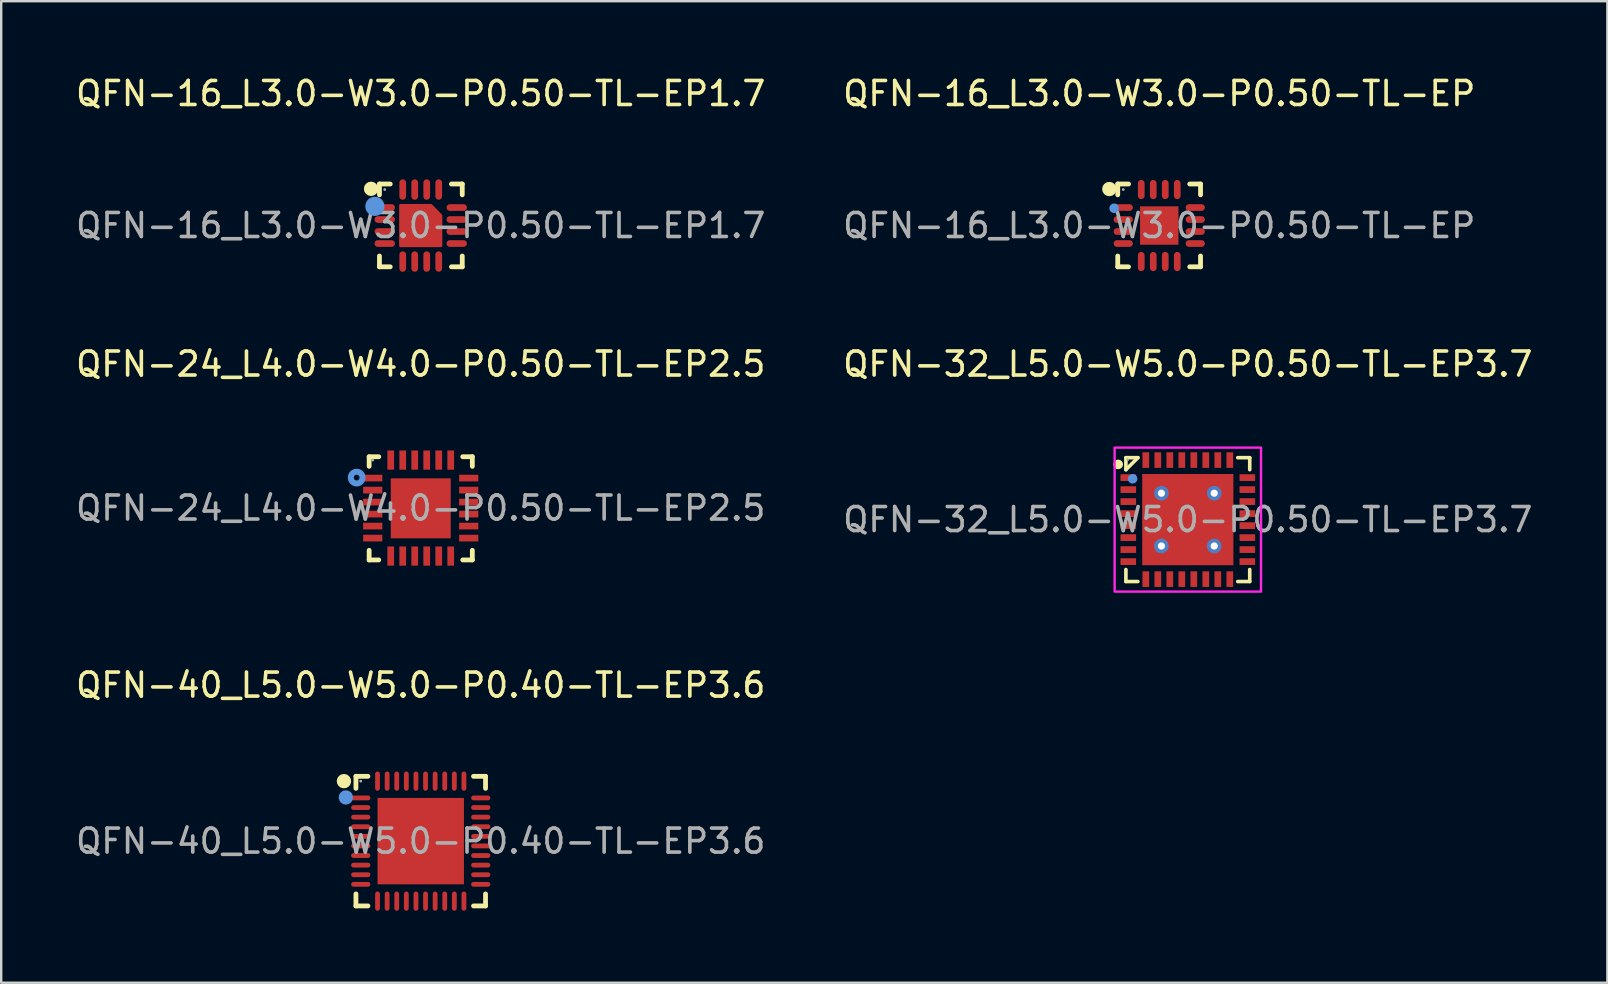
<source format=kicad_pcb>
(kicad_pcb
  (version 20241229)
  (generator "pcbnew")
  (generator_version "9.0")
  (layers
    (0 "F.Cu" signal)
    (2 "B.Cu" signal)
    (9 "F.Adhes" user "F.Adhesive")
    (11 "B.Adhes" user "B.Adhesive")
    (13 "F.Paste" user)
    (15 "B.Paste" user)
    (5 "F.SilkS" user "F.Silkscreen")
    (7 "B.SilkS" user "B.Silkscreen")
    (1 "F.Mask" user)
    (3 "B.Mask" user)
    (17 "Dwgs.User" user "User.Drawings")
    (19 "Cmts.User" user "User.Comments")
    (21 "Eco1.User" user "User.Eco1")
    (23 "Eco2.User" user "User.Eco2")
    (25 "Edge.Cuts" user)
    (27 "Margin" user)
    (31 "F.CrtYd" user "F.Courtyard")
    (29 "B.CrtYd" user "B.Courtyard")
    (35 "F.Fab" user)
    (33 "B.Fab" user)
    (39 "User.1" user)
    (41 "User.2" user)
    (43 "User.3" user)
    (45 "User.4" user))
  (footprint "QFN-16_L3.0-W3.0-P0.50-TL-EP"
    (layer "F.Cu")
    (at 45.256 6.348)
    (property "Reference" "QFN-16_L3.0-W3.0-P0.50-TL-EP" (at 0 -5.5 0) (layer "F.SilkS") (effects (font (size 1 1) (thickness 0.15))))
    (attr smd)
    (fp_line (start -1.73 -1.73) (end -1.28 -1.73) (stroke (width 0.2) (type solid)) (layer "F.SilkS"))
    (fp_line (start -1.73 -1.28) (end -1.73 -1.73) (stroke (width 0.2) (type solid)) (layer "F.SilkS"))
    (fp_line (start -1.73 1.72) (end -1.73 1.27) (stroke (width 0.2) (type solid)) (layer "F.SilkS"))
    (fp_line (start -1.28 1.72) (end -1.73 1.72) (stroke (width 0.2) (type solid)) (layer "F.SilkS"))
    (fp_line (start 1.27 -1.73) (end 1.72 -1.73) (stroke (width 0.2) (type solid)) (layer "F.SilkS"))
    (fp_line (start 1.27 1.72) (end 1.72 1.72) (stroke (width 0.2) (type solid)) (layer "F.SilkS"))
    (fp_line (start 1.72 -1.73) (end 1.72 -1.28) (stroke (width 0.2) (type solid)) (layer "F.SilkS"))
    (fp_line (start 1.72 1.72) (end 1.72 1.27) (stroke (width 0.2) (type solid)) (layer "F.SilkS"))
    (fp_arc (start -2.08 -1.52) (mid -2.08 -1.52) (end -2.08 -1.52) (stroke (width 0.3) (type solid)) (layer "F.SilkS"))
    (fp_circle (center -1.88 -0.72) (end -1.78 -0.72) (stroke (width 0.2) (type solid)) (fill no) (layer "Cmts.User"))
    (fp_circle (center -1.5 -1.5) (end -1.47 -1.5) (stroke (width 0.06) (type solid)) (fill no) (layer "F.Fab"))
    (fp_text user "${REFERENCE}" (at 0 0 0) (layer "F.Fab") (effects (font (size 1 1) (thickness 0.15))))
    (pad "1" smd oval (at -1.5 -0.75 90) (size 0.28 0.8) (layers "F.Cu" "F.Mask" "F.Paste"))
    (pad "2" smd oval (at -1.5 -0.25 90) (size 0.28 0.8) (layers "F.Cu" "F.Mask" "F.Paste"))
    (pad "3" smd oval (at -1.5 0.25 90) (size 0.28 0.8) (layers "F.Cu" "F.Mask" "F.Paste"))
    (pad "4" smd oval (at -1.5 0.75 90) (size 0.28 0.8) (layers "F.Cu" "F.Mask" "F.Paste"))
    (pad "5" smd oval (at -0.75 1.5) (size 0.28 0.8) (layers "F.Cu" "F.Mask" "F.Paste"))
    (pad "6" smd oval (at -0.25 1.5) (size 0.28 0.8) (layers "F.Cu" "F.Mask" "F.Paste"))
    (pad "7" smd oval (at 0.25 1.5) (size 0.28 0.8) (layers "F.Cu" "F.Mask" "F.Paste"))
    (pad "8" smd oval (at 0.75 1.5) (size 0.28 0.8) (layers "F.Cu" "F.Mask" "F.Paste"))
    (pad "9" smd oval (at 1.5 0.75 90) (size 0.28 0.8) (layers "F.Cu" "F.Mask" "F.Paste"))
    (pad "10" smd oval (at 1.5 0.25 90) (size 0.28 0.8) (layers "F.Cu" "F.Mask" "F.Paste"))
    (pad "11" smd oval (at 1.5 -0.25 90) (size 0.28 0.8) (layers "F.Cu" "F.Mask" "F.Paste"))
    (pad "12" smd oval (at 1.5 -0.75 90) (size 0.28 0.8) (layers "F.Cu" "F.Mask" "F.Paste"))
    (pad "13" smd oval (at 0.75 -1.5) (size 0.28 0.8) (layers "F.Cu" "F.Mask" "F.Paste"))
    (pad "14" smd oval (at 0.25 -1.5) (size 0.28 0.8) (layers "F.Cu" "F.Mask" "F.Paste"))
    (pad "15" smd oval (at -0.25 -1.5) (size 0.28 0.8) (layers "F.Cu" "F.Mask" "F.Paste"))
    (pad "16" smd oval (at -0.75 -1.5) (size 0.28 0.8) (layers "F.Cu" "F.Mask" "F.Paste"))
    (pad "17" smd rect (at 0 0) (size 1.6 1.6) (layers "F.Cu" "F.Mask" "F.Paste")))
  (footprint "QFN-40_L5.0-W5.0-P0.40-TL-EP3.6"
    (layer "F.Cu")
    (at 14.482 32)
    (property "Reference" "QFN-40_L5.0-W5.0-P0.40-TL-EP3.6" (at 0 -6.5 0) (layer "F.SilkS") (effects (font (size 1 1) (thickness 0.15))))
    (attr smd)
    (fp_line (start -2.7 -2.7) (end -2.2 -2.7) (stroke (width 0.2) (type solid)) (layer "F.SilkS"))
    (fp_line (start -2.7 -2.2) (end -2.7 -2.7) (stroke (width 0.2) (type solid)) (layer "F.SilkS"))
    (fp_line (start -2.7 2.7) (end -2.7 2.2) (stroke (width 0.2) (type solid)) (layer "F.SilkS"))
    (fp_line (start -2.2 2.7) (end -2.7 2.7) (stroke (width 0.2) (type solid)) (layer "F.SilkS"))
    (fp_line (start 2.2 2.7) (end 2.7 2.7) (stroke (width 0.2) (type solid)) (layer "F.SilkS"))
    (fp_line (start 2.7 -2.7) (end 2.2 -2.7) (stroke (width 0.2) (type solid)) (layer "F.SilkS"))
    (fp_line (start 2.7 -2.2) (end 2.7 -2.7) (stroke (width 0.2) (type solid)) (layer "F.SilkS"))
    (fp_line (start 2.7 2.7) (end 2.7 2.2) (stroke (width 0.2) (type solid)) (layer "F.SilkS"))
    (fp_arc (start -3.05 -2.49) (mid -3.35025 -2.504995) (end -3.049667 -2.500016) (stroke (width 0.3) (type solid)) (layer "F.SilkS"))
    (fp_circle (center -3.12 -1.82) (end -2.97 -1.82) (stroke (width 0.3) (type solid)) (fill no) (layer "Cmts.User"))
    (fp_circle (center -2.5 -2.5) (end -2.47 -2.5) (stroke (width 0.06) (type solid)) (fill no) (layer "F.Fab"))
    (fp_text user "${REFERENCE}" (at 0 0 0) (layer "F.Fab") (effects (font (size 1 1) (thickness 0.15))))
    (pad "1" smd oval (at -2.5 -1.8) (size 0.8 0.2) (layers "F.Cu" "F.Mask" "F.Paste"))
    (pad "2" smd oval (at -2.5 -1.4) (size 0.8 0.2) (layers "F.Cu" "F.Mask" "F.Paste"))
    (pad "3" smd oval (at -2.5 -1) (size 0.8 0.2) (layers "F.Cu" "F.Mask" "F.Paste"))
    (pad "4" smd oval (at -2.5 -0.6) (size 0.8 0.2) (layers "F.Cu" "F.Mask" "F.Paste"))
    (pad "5" smd oval (at -2.5 -0.2) (size 0.8 0.2) (layers "F.Cu" "F.Mask" "F.Paste"))
    (pad "6" smd oval (at -2.5 0.2) (size 0.8 0.2) (layers "F.Cu" "F.Mask" "F.Paste"))
    (pad "7" smd oval (at -2.5 0.6) (size 0.8 0.2) (layers "F.Cu" "F.Mask" "F.Paste"))
    (pad "8" smd oval (at -2.5 1) (size 0.8 0.2) (layers "F.Cu" "F.Mask" "F.Paste"))
    (pad "9" smd oval (at -2.5 1.4) (size 0.8 0.2) (layers "F.Cu" "F.Mask" "F.Paste"))
    (pad "10" smd oval (at -2.5 1.8) (size 0.8 0.2) (layers "F.Cu" "F.Mask" "F.Paste"))
    (pad "11" smd oval (at -1.8 2.5) (size 0.2 0.8) (layers "F.Cu" "F.Mask" "F.Paste"))
    (pad "12" smd oval (at -1.4 2.5) (size 0.2 0.8) (layers "F.Cu" "F.Mask" "F.Paste"))
    (pad "13" smd oval (at -1 2.5) (size 0.2 0.8) (layers "F.Cu" "F.Mask" "F.Paste"))
    (pad "14" smd oval (at -0.6 2.5) (size 0.2 0.8) (layers "F.Cu" "F.Mask" "F.Paste"))
    (pad "15" smd oval (at -0.2 2.5) (size 0.2 0.8) (layers "F.Cu" "F.Mask" "F.Paste"))
    (pad "16" smd oval (at 0.2 2.5) (size 0.2 0.8) (layers "F.Cu" "F.Mask" "F.Paste"))
    (pad "17" smd oval (at 0.6 2.5) (size 0.2 0.8) (layers "F.Cu" "F.Mask" "F.Paste"))
    (pad "18" smd oval (at 1 2.5) (size 0.2 0.8) (layers "F.Cu" "F.Mask" "F.Paste"))
    (pad "19" smd oval (at 1.4 2.5) (size 0.2 0.8) (layers "F.Cu" "F.Mask" "F.Paste"))
    (pad "20" smd oval (at 1.8 2.5) (size 0.2 0.8) (layers "F.Cu" "F.Mask" "F.Paste"))
    (pad "21" smd oval (at 2.5 1.8) (size 0.8 0.2) (layers "F.Cu" "F.Mask" "F.Paste"))
    (pad "22" smd oval (at 2.5 1.4) (size 0.8 0.2) (layers "F.Cu" "F.Mask" "F.Paste"))
    (pad "23" smd oval (at 2.5 1) (size 0.8 0.2) (layers "F.Cu" "F.Mask" "F.Paste"))
    (pad "24" smd oval (at 2.5 0.6) (size 0.8 0.2) (layers "F.Cu" "F.Mask" "F.Paste"))
    (pad "25" smd oval (at 2.5 0.2) (size 0.8 0.2) (layers "F.Cu" "F.Mask" "F.Paste"))
    (pad "26" smd oval (at 2.5 -0.2) (size 0.8 0.2) (layers "F.Cu" "F.Mask" "F.Paste"))
    (pad "27" smd oval (at 2.5 -0.6) (size 0.8 0.2) (layers "F.Cu" "F.Mask" "F.Paste"))
    (pad "28" smd oval (at 2.5 -1) (size 0.8 0.2) (layers "F.Cu" "F.Mask" "F.Paste"))
    (pad "29" smd oval (at 2.5 -1.4) (size 0.8 0.2) (layers "F.Cu" "F.Mask" "F.Paste"))
    (pad "30" smd oval (at 2.5 -1.8) (size 0.8 0.2) (layers "F.Cu" "F.Mask" "F.Paste"))
    (pad "31" smd oval (at 1.8 -2.5) (size 0.2 0.8) (layers "F.Cu" "F.Mask" "F.Paste"))
    (pad "32" smd oval (at 1.4 -2.5) (size 0.2 0.8) (layers "F.Cu" "F.Mask" "F.Paste"))
    (pad "33" smd oval (at 1 -2.5) (size 0.2 0.8) (layers "F.Cu" "F.Mask" "F.Paste"))
    (pad "34" smd oval (at 0.6 -2.5) (size 0.2 0.8) (layers "F.Cu" "F.Mask" "F.Paste"))
    (pad "35" smd oval (at 0.2 -2.5) (size 0.2 0.8) (layers "F.Cu" "F.Mask" "F.Paste"))
    (pad "36" smd oval (at -0.2 -2.5) (size 0.2 0.8) (layers "F.Cu" "F.Mask" "F.Paste"))
    (pad "37" smd oval (at -0.6 -2.5) (size 0.2 0.8) (layers "F.Cu" "F.Mask" "F.Paste"))
    (pad "38" smd oval (at -1 -2.5) (size 0.2 0.8) (layers "F.Cu" "F.Mask" "F.Paste"))
    (pad "39" smd oval (at -1.4 -2.5) (size 0.2 0.8) (layers "F.Cu" "F.Mask" "F.Paste"))
    (pad "40" smd oval (at -1.8 -2.5) (size 0.2 0.8) (layers "F.Cu" "F.Mask" "F.Paste"))
    (pad "41" smd rect (at 0 0) (size 3.6 3.6) (layers "F.Cu" "F.Mask" "F.Paste")))
  (footprint "QFN-32_L5.0-W5.0-P0.50-TL-EP3.7"
    (layer "F.Cu")
    (at 46.446 18.602)
    (property "Reference" "QFN-32_L5.0-W5.0-P0.50-TL-EP3.7" (at 0 -6.48 0) (layer "F.SilkS") (effects (font (size 1 1) (thickness 0.15))))
    (attr smd)
    (fp_line (start -2.58 -2.58) (end -2.58 -2.08) (stroke (width 0.15) (type solid)) (layer "F.SilkS"))
    (fp_line (start -2.58 2.58) (end -2.58 2.08) (stroke (width 0.15) (type solid)) (layer "F.SilkS"))
    (fp_line (start -2.08 -2.58) (end -2.58 -2.58) (stroke (width 0.15) (type solid)) (layer "F.SilkS"))
    (fp_line (start -2.08 -2.58) (end -2.58 -2.08) (stroke (width 0.15) (type solid)) (layer "F.SilkS"))
    (fp_line (start -2.08 2.58) (end -2.58 2.58) (stroke (width 0.15) (type solid)) (layer "F.SilkS"))
    (fp_line (start 2.08 -2.58) (end 2.58 -2.58) (stroke (width 0.15) (type solid)) (layer "F.SilkS"))
    (fp_line (start 2.08 2.58) (end 2.58 2.58) (stroke (width 0.15) (type solid)) (layer "F.SilkS"))
    (fp_line (start 2.58 -2.58) (end 2.58 -2.08) (stroke (width 0.15) (type solid)) (layer "F.SilkS"))
    (fp_line (start 2.58 2.58) (end 2.58 2.08) (stroke (width 0.15) (type solid)) (layer "F.SilkS"))
    (fp_circle (center -2.9 -2.3) (end -2.8 -2.3) (stroke (width 0.2) (type solid)) (fill no) (layer "F.SilkS"))
    (fp_circle (center -2.3 -1.7) (end -2.2 -1.7) (stroke (width 0.2) (type solid)) (fill no) (layer "Cmts.User"))
    (fp_rect (start -3.05 -3) (end 3.05 3) (stroke (width 0.1) (type default)) (fill no) (layer "F.CrtYd"))
    (fp_circle (center -2.5 -2.5) (end -2.47 -2.5) (stroke (width 0.06) (type solid)) (fill no) (layer "F.Fab"))
    (fp_text user "${REFERENCE}" (at 0 0 0) (layer "F.Fab") (effects (font (size 1 1) (thickness 0.15))))
    (pad "" thru_hole circle (at -1.1 -1.1) (size 0.61 0.61) (drill 0.3) (layers "*.Cu" "*.Paste" "*.Mask"))
    (pad "" thru_hole circle (at -1.1 1.1) (size 0.61 0.61) (drill 0.3) (layers "*.Cu" "*.Paste" "*.Mask"))
    (pad "" thru_hole circle (at 1.1 -1.1) (size 0.61 0.61) (drill 0.3) (layers "*.Cu" "*.Paste" "*.Mask"))
    (pad "" thru_hole circle (at 1.1 1.1) (size 0.61 0.61) (drill 0.3) (layers "*.Cu" "*.Paste" "*.Mask"))
    (pad "1" smd rect (at -2.48 -1.75) (size 0.65 0.28) (layers "F.Cu" "F.Mask" "F.Paste"))
    (pad "2" smd rect (at -2.48 -1.25) (size 0.65 0.28) (layers "F.Cu" "F.Mask" "F.Paste"))
    (pad "3" smd rect (at -2.48 -0.75) (size 0.65 0.28) (layers "F.Cu" "F.Mask" "F.Paste"))
    (pad "4" smd rect (at -2.48 -0.25) (size 0.65 0.28) (layers "F.Cu" "F.Mask" "F.Paste"))
    (pad "5" smd rect (at -2.48 0.25) (size 0.65 0.28) (layers "F.Cu" "F.Mask" "F.Paste"))
    (pad "6" smd rect (at -2.48 0.75) (size 0.65 0.28) (layers "F.Cu" "F.Mask" "F.Paste"))
    (pad "7" smd rect (at -2.48 1.25) (size 0.65 0.28) (layers "F.Cu" "F.Mask" "F.Paste"))
    (pad "8" smd rect (at -2.48 1.75) (size 0.65 0.28) (layers "F.Cu" "F.Mask" "F.Paste"))
    (pad "9" smd rect (at -1.75 2.48) (size 0.28 0.65) (layers "F.Cu" "F.Mask" "F.Paste"))
    (pad "10" smd rect (at -1.25 2.48) (size 0.28 0.65) (layers "F.Cu" "F.Mask" "F.Paste"))
    (pad "11" smd rect (at -0.75 2.48) (size 0.28 0.65) (layers "F.Cu" "F.Mask" "F.Paste"))
    (pad "12" smd rect (at -0.25 2.48) (size 0.28 0.65) (layers "F.Cu" "F.Mask" "F.Paste"))
    (pad "13" smd rect (at 0.25 2.48) (size 0.28 0.65) (layers "F.Cu" "F.Mask" "F.Paste"))
    (pad "14" smd rect (at 0.75 2.48) (size 0.28 0.65) (layers "F.Cu" "F.Mask" "F.Paste"))
    (pad "15" smd rect (at 1.25 2.48) (size 0.28 0.65) (layers "F.Cu" "F.Mask" "F.Paste"))
    (pad "16" smd rect (at 1.75 2.48) (size 0.28 0.65) (layers "F.Cu" "F.Mask" "F.Paste"))
    (pad "17" smd rect (at 2.48 1.75) (size 0.65 0.28) (layers "F.Cu" "F.Mask" "F.Paste"))
    (pad "18" smd rect (at 2.48 1.25) (size 0.65 0.28) (layers "F.Cu" "F.Mask" "F.Paste"))
    (pad "19" smd rect (at 2.48 0.75) (size 0.65 0.28) (layers "F.Cu" "F.Mask" "F.Paste"))
    (pad "20" smd rect (at 2.48 0.25) (size 0.65 0.28) (layers "F.Cu" "F.Mask" "F.Paste"))
    (pad "21" smd rect (at 2.48 -0.25) (size 0.65 0.28) (layers "F.Cu" "F.Mask" "F.Paste"))
    (pad "22" smd rect (at 2.48 -0.75) (size 0.65 0.28) (layers "F.Cu" "F.Mask" "F.Paste"))
    (pad "23" smd rect (at 2.48 -1.25) (size 0.65 0.28) (layers "F.Cu" "F.Mask" "F.Paste"))
    (pad "24" smd rect (at 2.48 -1.75) (size 0.65 0.28) (layers "F.Cu" "F.Mask" "F.Paste"))
    (pad "25" smd rect (at 1.75 -2.48) (size 0.28 0.65) (layers "F.Cu" "F.Mask" "F.Paste"))
    (pad "26" smd rect (at 1.25 -2.48) (size 0.28 0.65) (layers "F.Cu" "F.Mask" "F.Paste"))
    (pad "27" smd rect (at 0.75 -2.48) (size 0.28 0.65) (layers "F.Cu" "F.Mask" "F.Paste"))
    (pad "28" smd rect (at 0.25 -2.48) (size 0.28 0.65) (layers "F.Cu" "F.Mask" "F.Paste"))
    (pad "29" smd rect (at -0.25 -2.48) (size 0.28 0.65) (layers "F.Cu" "F.Mask" "F.Paste"))
    (pad "30" smd rect (at -0.75 -2.48) (size 0.28 0.65) (layers "F.Cu" "F.Mask" "F.Paste"))
    (pad "31" smd rect (at -1.25 -2.48) (size 0.28 0.65) (layers "F.Cu" "F.Mask" "F.Paste"))
    (pad "32" smd rect (at -1.75 -2.48) (size 0.28 0.65) (layers "F.Cu" "F.Mask" "F.Paste"))
    (pad "33" smd rect (at 0 0) (size 3.8 3.8) (layers "F.Cu" "F.Mask" "F.Paste")))
  (footprint "QFN-24_L4.0-W4.0-P0.50-TL-EP2.5"
    (layer "F.Cu")
    (at 14.482 18.122)
    (property "Reference" "QFN-24_L4.0-W4.0-P0.50-TL-EP2.5" (at 0 -6 0) (layer "F.SilkS") (effects (font (size 1 1) (thickness 0.15))))
    (attr smd)
    (fp_line (start -2.15 -2.14) (end -1.75 -2.14) (stroke (width 0.2) (type solid)) (layer "F.SilkS"))
    (fp_line (start -2.15 -1.74) (end -2.15 -2.14) (stroke (width 0.2) (type solid)) (layer "F.SilkS"))
    (fp_line (start -2.15 2.16) (end -2.15 1.76) (stroke (width 0.2) (type solid)) (layer "F.SilkS"))
    (fp_line (start -1.75 2.16) (end -2.15 2.16) (stroke (width 0.2) (type solid)) (layer "F.SilkS"))
    (fp_line (start 1.75 -2.14) (end 2.15 -2.14) (stroke (width 0.2) (type solid)) (layer "F.SilkS"))
    (fp_line (start 1.75 2.16) (end 2.15 2.16) (stroke (width 0.2) (type solid)) (layer "F.SilkS"))
    (fp_line (start 2.15 -2.14) (end 2.15 -1.74) (stroke (width 0.2) (type solid)) (layer "F.SilkS"))
    (fp_line (start 2.15 2.16) (end 2.15 1.76) (stroke (width 0.2) (type solid)) (layer "F.SilkS"))
    (fp_circle (center -2.67 -1.27) (end -2.55 -1.27) (stroke (width 0.25) (type solid)) (fill no) (layer "Cmts.User"))
    (fp_circle (center -2 -2) (end -1.97 -2) (stroke (width 0.06) (type solid)) (fill no) (layer "F.Fab"))
    (fp_text user "${REFERENCE}" (at 0 0 0) (layer "F.Fab") (effects (font (size 1 1) (thickness 0.15))))
    (pad "1" smd rect (at -2 -1.25) (size 0.8 0.28) (layers "F.Cu" "F.Mask" "F.Paste"))
    (pad "2" smd rect (at -2 -0.75) (size 0.8 0.28) (layers "F.Cu" "F.Mask" "F.Paste"))
    (pad "3" smd rect (at -2 -0.25) (size 0.8 0.28) (layers "F.Cu" "F.Mask" "F.Paste"))
    (pad "4" smd rect (at -2 0.25) (size 0.8 0.28) (layers "F.Cu" "F.Mask" "F.Paste"))
    (pad "5" smd rect (at -2 0.75) (size 0.8 0.28) (layers "F.Cu" "F.Mask" "F.Paste"))
    (pad "6" smd rect (at -2 1.25) (size 0.8 0.28) (layers "F.Cu" "F.Mask" "F.Paste"))
    (pad "7" smd rect (at -1.25 2) (size 0.28 0.8) (layers "F.Cu" "F.Mask" "F.Paste"))
    (pad "8" smd rect (at -0.75 2) (size 0.28 0.8) (layers "F.Cu" "F.Mask" "F.Paste"))
    (pad "9" smd rect (at -0.25 2) (size 0.28 0.8) (layers "F.Cu" "F.Mask" "F.Paste"))
    (pad "10" smd rect (at 0.25 2) (size 0.28 0.8) (layers "F.Cu" "F.Mask" "F.Paste"))
    (pad "11" smd rect (at 0.75 2) (size 0.28 0.8) (layers "F.Cu" "F.Mask" "F.Paste"))
    (pad "12" smd rect (at 1.25 2) (size 0.28 0.8) (layers "F.Cu" "F.Mask" "F.Paste"))
    (pad "13" smd rect (at 2 1.25) (size 0.8 0.28) (layers "F.Cu" "F.Mask" "F.Paste"))
    (pad "14" smd rect (at 2 0.75) (size 0.8 0.28) (layers "F.Cu" "F.Mask" "F.Paste"))
    (pad "15" smd rect (at 2 0.25) (size 0.8 0.28) (layers "F.Cu" "F.Mask" "F.Paste"))
    (pad "16" smd rect (at 2 -0.25) (size 0.8 0.28) (layers "F.Cu" "F.Mask" "F.Paste"))
    (pad "17" smd rect (at 2 -0.75) (size 0.8 0.28) (layers "F.Cu" "F.Mask" "F.Paste"))
    (pad "18" smd rect (at 2 -1.25) (size 0.8 0.28) (layers "F.Cu" "F.Mask" "F.Paste"))
    (pad "19" smd rect (at 1.25 -2) (size 0.28 0.8) (layers "F.Cu" "F.Mask" "F.Paste"))
    (pad "20" smd rect (at 0.75 -2) (size 0.28 0.8) (layers "F.Cu" "F.Mask" "F.Paste"))
    (pad "21" smd rect (at 0.25 -2) (size 0.28 0.8) (layers "F.Cu" "F.Mask" "F.Paste"))
    (pad "22" smd rect (at -0.25 -2) (size 0.28 0.8) (layers "F.Cu" "F.Mask" "F.Paste"))
    (pad "23" smd rect (at -0.75 -2) (size 0.28 0.8) (layers "F.Cu" "F.Mask" "F.Paste"))
    (pad "24" smd rect (at -1.25 -2) (size 0.28 0.8) (layers "F.Cu" "F.Mask" "F.Paste"))
    (pad "25" smd rect (at 0 0.01) (size 2.5 2.5) (layers "F.Cu" "F.Mask" "F.Paste")))
  (footprint "QFN-16_L3.0-W3.0-P0.50-TL-EP1.7"
    (layer "F.Cu")
    (at 14.482 6.348)
    (property "Reference" "QFN-16_L3.0-W3.0-P0.50-TL-EP1.7" (at 0 -5.5 0) (layer "F.SilkS") (effects (font (size 1 1) (thickness 0.15))))
    (attr smd)
    (fp_line (start -1.72 -1.73) (end -1.27 -1.73) (stroke (width 0.2) (type solid)) (layer "F.SilkS"))
    (fp_line (start -1.72 -1.28) (end -1.72 -1.73) (stroke (width 0.2) (type solid)) (layer "F.SilkS"))
    (fp_line (start -1.72 1.72) (end -1.72 1.27) (stroke (width 0.2) (type solid)) (layer "F.SilkS"))
    (fp_line (start -1.27 1.72) (end -1.72 1.72) (stroke (width 0.2) (type solid)) (layer "F.SilkS"))
    (fp_line (start 1.28 -1.73) (end 1.73 -1.73) (stroke (width 0.2) (type solid)) (layer "F.SilkS"))
    (fp_line (start 1.28 1.72) (end 1.73 1.72) (stroke (width 0.2) (type solid)) (layer "F.SilkS"))
    (fp_line (start 1.73 -1.73) (end 1.73 -1.28) (stroke (width 0.2) (type solid)) (layer "F.SilkS"))
    (fp_line (start 1.73 1.72) (end 1.73 1.27) (stroke (width 0.2) (type solid)) (layer "F.SilkS"))
    (fp_arc (start -2.07 -1.53) (mid -2.07 -1.53) (end -2.07 -1.53) (stroke (width 0.3) (type solid)) (layer "F.SilkS"))
    (fp_circle (center -1.91 -0.8) (end -1.71 -0.8) (stroke (width 0.4) (type solid)) (fill no) (layer "Cmts.User"))
    (fp_circle (center -1.5 -1.5) (end -1.47 -1.5) (stroke (width 0.06) (type solid)) (fill no) (layer "F.Fab"))
    (fp_text user "${REFERENCE}" (at 0 0 0) (layer "F.Fab") (effects (font (size 1 1) (thickness 0.15))))
    (pad "1" smd oval (at -1.5 -0.75) (size 0.85 0.28) (layers "F.Cu" "F.Mask" "F.Paste"))
    (pad "2" smd oval (at -1.5 -0.25) (size 0.85 0.28) (layers "F.Cu" "F.Mask" "F.Paste"))
    (pad "3" smd oval (at -1.5 0.25) (size 0.85 0.28) (layers "F.Cu" "F.Mask" "F.Paste"))
    (pad "4" smd oval (at -1.5 0.75) (size 0.85 0.28) (layers "F.Cu" "F.Mask" "F.Paste"))
    (pad "5" smd oval (at -0.75 1.5) (size 0.28 0.85) (layers "F.Cu" "F.Mask" "F.Paste"))
    (pad "6" smd oval (at -0.25 1.5) (size 0.28 0.85) (layers "F.Cu" "F.Mask" "F.Paste"))
    (pad "7" smd oval (at 0.25 1.5) (size 0.28 0.85) (layers "F.Cu" "F.Mask" "F.Paste"))
    (pad "8" smd oval (at 0.75 1.5) (size 0.28 0.85) (layers "F.Cu" "F.Mask" "F.Paste"))
    (pad "9" smd oval (at 1.5 0.75) (size 0.85 0.28) (layers "F.Cu" "F.Mask" "F.Paste"))
    (pad "10" smd oval (at 1.5 0.25) (size 0.85 0.28) (layers "F.Cu" "F.Mask" "F.Paste"))
    (pad "11" smd oval (at 1.5 -0.25) (size 0.85 0.28) (layers "F.Cu" "F.Mask" "F.Paste"))
    (pad "12" smd oval (at 1.5 -0.75) (size 0.85 0.28) (layers "F.Cu" "F.Mask" "F.Paste"))
    (pad "13" smd oval (at 0.75 -1.5) (size 0.28 0.85) (layers "F.Cu" "F.Mask" "F.Paste"))
    (pad "14" smd oval (at 0.25 -1.5) (size 0.28 0.85) (layers "F.Cu" "F.Mask" "F.Paste"))
    (pad "15" smd oval (at -0.25 -1.5) (size 0.28 0.85) (layers "F.Cu" "F.Mask" "F.Paste"))
    (pad "16" smd oval (at -0.75 -1.5) (size 0.28 0.85) (layers "F.Cu" "F.Mask" "F.Paste"))
    (pad "17" smd custom (at 0 0 270) (size 1 1) (layers "F.Cu" "F.Mask" "F.Paste") (options (anchor circle)) (primitives (gr_poly (pts (xy 0.85 -0.85) (xy 0.85 0.85) (xy -0.85 0.85) (xy -0.85 -0.43) (xy -0.42 -0.85)) (width 0.1) (fill yes)))))
  (gr_rect
    (start -3 -3)
    (end 63.929 37.9)
    (stroke (width 0.1) (type default))
    (fill no)
    (layer "Edge.Cuts")))
</source>
